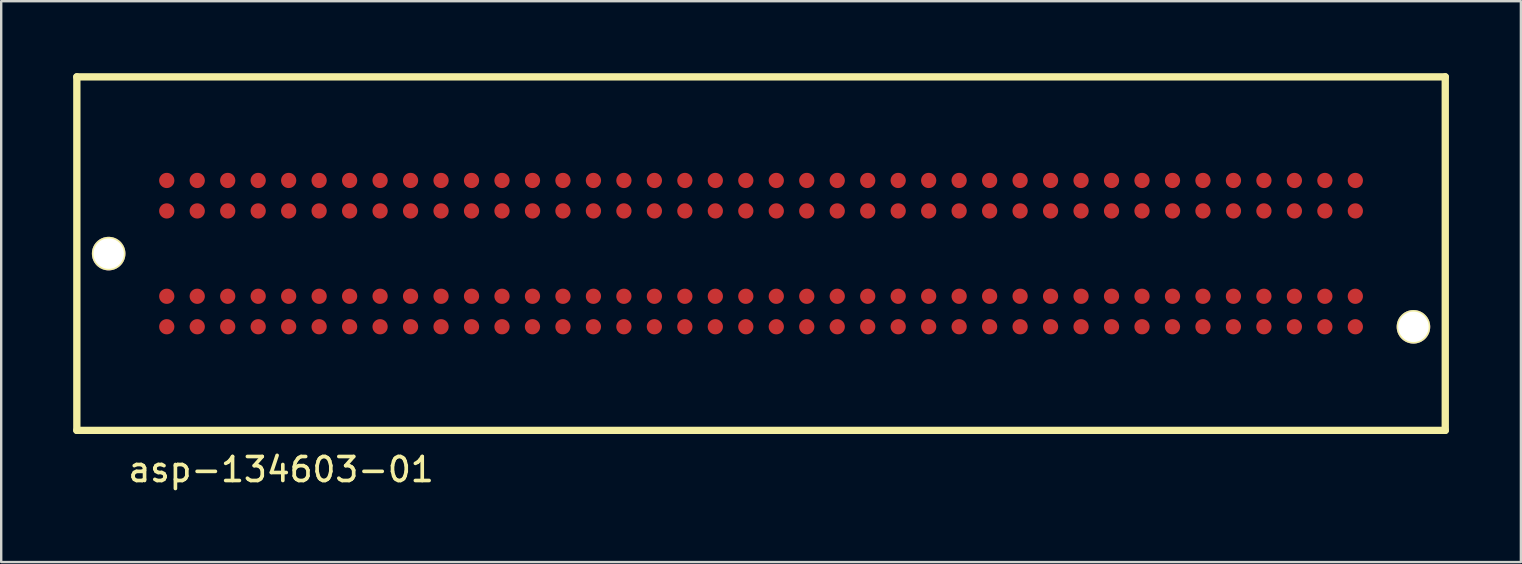
<source format=kicad_pcb>
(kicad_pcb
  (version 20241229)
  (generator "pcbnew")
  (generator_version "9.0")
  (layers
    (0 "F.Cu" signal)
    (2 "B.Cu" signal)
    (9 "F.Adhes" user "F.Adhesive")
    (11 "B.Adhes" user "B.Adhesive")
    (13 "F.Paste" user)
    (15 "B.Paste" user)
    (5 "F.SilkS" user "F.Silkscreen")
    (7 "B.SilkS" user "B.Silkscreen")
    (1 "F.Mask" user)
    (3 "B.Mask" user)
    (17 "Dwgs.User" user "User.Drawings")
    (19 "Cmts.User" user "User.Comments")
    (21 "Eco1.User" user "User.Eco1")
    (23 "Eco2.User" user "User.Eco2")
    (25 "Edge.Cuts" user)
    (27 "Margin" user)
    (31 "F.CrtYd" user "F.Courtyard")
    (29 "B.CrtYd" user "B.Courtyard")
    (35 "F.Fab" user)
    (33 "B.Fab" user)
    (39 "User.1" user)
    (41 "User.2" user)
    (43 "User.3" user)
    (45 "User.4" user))
  (footprint "asp-134603-01"
    (layer "F.Cu")
    (at 28.664 7.518)
    (property "Reference" "asp-134603-01" (at -20 9 0) (layer "F.SilkS") (effects (font (size 1 1) (thickness 0.152))))
    (attr through_hole)
    (fp_line (start -28.512 -7.366) (end -28.512 7.366) (stroke (width 0.305) (type solid)) (layer "F.SilkS"))
    (fp_line (start -28.512 7.366) (end 28.512 7.366) (stroke (width 0.305) (type solid)) (layer "F.SilkS"))
    (fp_line (start 28.512 -7.366) (end -28.512 -7.366) (stroke (width 0.305) (type solid)) (layer "F.SilkS"))
    (fp_line (start 28.512 7.366) (end 28.512 -7.366) (stroke (width 0.305) (type solid)) (layer "F.SilkS"))
    (pad "" thru_hole circle (at -27.186 0) (size 1.397 1.397) (drill 1.27) (layers "*.Cu" "*.Mask" "F.SilkS"))
    (pad "" thru_hole circle (at 27.186 3.051) (size 1.397 1.397) (drill 1.27) (layers "*.Cu" "*.Mask" "F.SilkS"))
    (pad "1" smd circle (at 24.765 3.048) (size 0.635 0.635) (layers "F.Cu" "F.Mask" "F.Paste"))
    (pad "2" smd circle (at 23.495 3.048) (size 0.635 0.635) (layers "F.Cu" "F.Mask" "F.Paste"))
    (pad "3" smd circle (at 22.225 3.048) (size 0.635 0.635) (layers "F.Cu" "F.Mask" "F.Paste"))
    (pad "4" smd circle (at 20.955 3.048) (size 0.635 0.635) (layers "F.Cu" "F.Mask" "F.Paste"))
    (pad "5" smd circle (at 19.685 3.048) (size 0.635 0.635) (layers "F.Cu" "F.Mask" "F.Paste"))
    (pad "6" smd circle (at 18.415 3.048) (size 0.635 0.635) (layers "F.Cu" "F.Mask" "F.Paste"))
    (pad "7" smd circle (at 17.145 3.048) (size 0.635 0.635) (layers "F.Cu" "F.Mask" "F.Paste"))
    (pad "8" smd circle (at 15.875 3.048) (size 0.635 0.635) (layers "F.Cu" "F.Mask" "F.Paste"))
    (pad "9" smd circle (at 14.605 3.048) (size 0.635 0.635) (layers "F.Cu" "F.Mask" "F.Paste"))
    (pad "10" smd circle (at 13.335 3.048) (size 0.635 0.635) (layers "F.Cu" "F.Mask" "F.Paste"))
    (pad "11" smd circle (at 12.065 3.048) (size 0.635 0.635) (layers "F.Cu" "F.Mask" "F.Paste"))
    (pad "12" smd circle (at 10.795 3.048) (size 0.635 0.635) (layers "F.Cu" "F.Mask" "F.Paste"))
    (pad "13" smd circle (at 9.525 3.048) (size 0.635 0.635) (layers "F.Cu" "F.Mask" "F.Paste"))
    (pad "14" smd circle (at 8.255 3.048) (size 0.635 0.635) (layers "F.Cu" "F.Mask" "F.Paste"))
    (pad "15" smd circle (at 6.985 3.048) (size 0.635 0.635) (layers "F.Cu" "F.Mask" "F.Paste"))
    (pad "16" smd circle (at 5.715 3.048) (size 0.635 0.635) (layers "F.Cu" "F.Mask" "F.Paste"))
    (pad "17" smd circle (at 4.445 3.048) (size 0.635 0.635) (layers "F.Cu" "F.Mask" "F.Paste"))
    (pad "18" smd circle (at 3.175 3.048) (size 0.635 0.635) (layers "F.Cu" "F.Mask" "F.Paste"))
    (pad "19" smd circle (at 1.905 3.048) (size 0.635 0.635) (layers "F.Cu" "F.Mask" "F.Paste"))
    (pad "20" smd circle (at 0.635 3.048) (size 0.635 0.635) (layers "F.Cu" "F.Mask" "F.Paste"))
    (pad "21" smd circle (at -0.635 3.048) (size 0.635 0.635) (layers "F.Cu" "F.Mask" "F.Paste"))
    (pad "22" smd circle (at -1.905 3.048) (size 0.635 0.635) (layers "F.Cu" "F.Mask" "F.Paste"))
    (pad "23" smd circle (at -3.175 3.048) (size 0.635 0.635) (layers "F.Cu" "F.Mask" "F.Paste"))
    (pad "24" smd circle (at -4.445 3.048) (size 0.635 0.635) (layers "F.Cu" "F.Mask" "F.Paste"))
    (pad "25" smd circle (at -5.715 3.048) (size 0.635 0.635) (layers "F.Cu" "F.Mask" "F.Paste"))
    (pad "26" smd circle (at -6.985 3.048) (size 0.635 0.635) (layers "F.Cu" "F.Mask" "F.Paste"))
    (pad "27" smd circle (at -8.255 3.048) (size 0.635 0.635) (layers "F.Cu" "F.Mask" "F.Paste"))
    (pad "28" smd circle (at -9.525 3.048) (size 0.635 0.635) (layers "F.Cu" "F.Mask" "F.Paste"))
    (pad "29" smd circle (at -10.795 3.048) (size 0.635 0.635) (layers "F.Cu" "F.Mask" "F.Paste"))
    (pad "30" smd circle (at -12.065 3.048) (size 0.635 0.635) (layers "F.Cu" "F.Mask" "F.Paste"))
    (pad "31" smd circle (at -13.335 3.048) (size 0.635 0.635) (layers "F.Cu" "F.Mask" "F.Paste"))
    (pad "32" smd circle (at -14.605 3.048) (size 0.635 0.635) (layers "F.Cu" "F.Mask" "F.Paste"))
    (pad "33" smd circle (at -15.875 3.048) (size 0.635 0.635) (layers "F.Cu" "F.Mask" "F.Paste"))
    (pad "34" smd circle (at -17.145 3.048) (size 0.635 0.635) (layers "F.Cu" "F.Mask" "F.Paste"))
    (pad "35" smd circle (at -18.415 3.048) (size 0.635 0.635) (layers "F.Cu" "F.Mask" "F.Paste"))
    (pad "36" smd circle (at -19.685 3.048) (size 0.635 0.635) (layers "F.Cu" "F.Mask" "F.Paste"))
    (pad "37" smd circle (at -20.955 3.048) (size 0.635 0.635) (layers "F.Cu" "F.Mask" "F.Paste"))
    (pad "38" smd circle (at -22.225 3.048) (size 0.635 0.635) (layers "F.Cu" "F.Mask" "F.Paste"))
    (pad "39" smd circle (at -23.495 3.048) (size 0.635 0.635) (layers "F.Cu" "F.Mask" "F.Paste"))
    (pad "40" smd circle (at -24.765 3.048) (size 0.635 0.635) (layers "F.Cu" "F.Mask" "F.Paste"))
    (pad "41" smd circle (at 24.765 1.778) (size 0.635 0.635) (layers "F.Cu" "F.Mask" "F.Paste"))
    (pad "42" smd circle (at 23.495 1.778) (size 0.635 0.635) (layers "F.Cu" "F.Mask" "F.Paste"))
    (pad "43" smd circle (at 22.225 1.778) (size 0.635 0.635) (layers "F.Cu" "F.Mask" "F.Paste"))
    (pad "44" smd circle (at 20.955 1.778) (size 0.635 0.635) (layers "F.Cu" "F.Mask" "F.Paste"))
    (pad "45" smd circle (at 19.685 1.778) (size 0.635 0.635) (layers "F.Cu" "F.Mask" "F.Paste"))
    (pad "46" smd circle (at 18.415 1.778) (size 0.635 0.635) (layers "F.Cu" "F.Mask" "F.Paste"))
    (pad "47" smd circle (at 17.145 1.778) (size 0.635 0.635) (layers "F.Cu" "F.Mask" "F.Paste"))
    (pad "48" smd circle (at 15.875 1.778) (size 0.635 0.635) (layers "F.Cu" "F.Mask" "F.Paste"))
    (pad "49" smd circle (at 14.605 1.778) (size 0.635 0.635) (layers "F.Cu" "F.Mask" "F.Paste"))
    (pad "50" smd circle (at 13.335 1.778) (size 0.635 0.635) (layers "F.Cu" "F.Mask" "F.Paste"))
    (pad "51" smd circle (at 12.065 1.778) (size 0.635 0.635) (layers "F.Cu" "F.Mask" "F.Paste"))
    (pad "52" smd circle (at 10.795 1.778) (size 0.635 0.635) (layers "F.Cu" "F.Mask" "F.Paste"))
    (pad "53" smd circle (at 9.525 1.778) (size 0.635 0.635) (layers "F.Cu" "F.Mask" "F.Paste"))
    (pad "54" smd circle (at 8.255 1.778) (size 0.635 0.635) (layers "F.Cu" "F.Mask" "F.Paste"))
    (pad "55" smd circle (at 6.985 1.778) (size 0.635 0.635) (layers "F.Cu" "F.Mask" "F.Paste"))
    (pad "56" smd circle (at 5.715 1.778) (size 0.635 0.635) (layers "F.Cu" "F.Mask" "F.Paste"))
    (pad "57" smd circle (at 4.445 1.778) (size 0.635 0.635) (layers "F.Cu" "F.Mask" "F.Paste"))
    (pad "58" smd circle (at 3.175 1.778) (size 0.635 0.635) (layers "F.Cu" "F.Mask" "F.Paste"))
    (pad "59" smd circle (at 1.905 1.778) (size 0.635 0.635) (layers "F.Cu" "F.Mask" "F.Paste"))
    (pad "60" smd circle (at 0.635 1.778) (size 0.635 0.635) (layers "F.Cu" "F.Mask" "F.Paste"))
    (pad "61" smd circle (at -0.635 1.778) (size 0.635 0.635) (layers "F.Cu" "F.Mask" "F.Paste"))
    (pad "62" smd circle (at -1.905 1.778) (size 0.635 0.635) (layers "F.Cu" "F.Mask" "F.Paste"))
    (pad "63" smd circle (at -3.175 1.778) (size 0.635 0.635) (layers "F.Cu" "F.Mask" "F.Paste"))
    (pad "64" smd circle (at -4.445 1.778) (size 0.635 0.635) (layers "F.Cu" "F.Mask" "F.Paste"))
    (pad "65" smd circle (at -5.715 1.778) (size 0.635 0.635) (layers "F.Cu" "F.Mask" "F.Paste"))
    (pad "66" smd circle (at -6.985 1.778) (size 0.635 0.635) (layers "F.Cu" "F.Mask" "F.Paste"))
    (pad "67" smd circle (at -8.255 1.778) (size 0.635 0.635) (layers "F.Cu" "F.Mask" "F.Paste"))
    (pad "68" smd circle (at -9.525 1.778) (size 0.635 0.635) (layers "F.Cu" "F.Mask" "F.Paste"))
    (pad "69" smd circle (at -10.795 1.778) (size 0.635 0.635) (layers "F.Cu" "F.Mask" "F.Paste"))
    (pad "70" smd circle (at -12.065 1.778) (size 0.635 0.635) (layers "F.Cu" "F.Mask" "F.Paste"))
    (pad "71" smd circle (at -13.335 1.778) (size 0.635 0.635) (layers "F.Cu" "F.Mask" "F.Paste"))
    (pad "72" smd circle (at -14.605 1.778) (size 0.635 0.635) (layers "F.Cu" "F.Mask" "F.Paste"))
    (pad "73" smd circle (at -15.875 1.778) (size 0.635 0.635) (layers "F.Cu" "F.Mask" "F.Paste"))
    (pad "74" smd circle (at -17.145 1.778) (size 0.635 0.635) (layers "F.Cu" "F.Mask" "F.Paste"))
    (pad "75" smd circle (at -18.415 1.778) (size 0.635 0.635) (layers "F.Cu" "F.Mask" "F.Paste"))
    (pad "76" smd circle (at -19.685 1.778) (size 0.635 0.635) (layers "F.Cu" "F.Mask" "F.Paste"))
    (pad "77" smd circle (at -20.955 1.778) (size 0.635 0.635) (layers "F.Cu" "F.Mask" "F.Paste"))
    (pad "78" smd circle (at -22.225 1.778) (size 0.635 0.635) (layers "F.Cu" "F.Mask" "F.Paste"))
    (pad "79" smd circle (at -23.495 1.778) (size 0.635 0.635) (layers "F.Cu" "F.Mask" "F.Paste"))
    (pad "80" smd circle (at -24.765 1.778) (size 0.635 0.635) (layers "F.Cu" "F.Mask" "F.Paste"))
    (pad "81" smd circle (at 24.765 -1.778) (size 0.635 0.635) (layers "F.Cu" "F.Mask" "F.Paste"))
    (pad "82" smd circle (at 23.495 -1.778) (size 0.635 0.635) (layers "F.Cu" "F.Mask" "F.Paste"))
    (pad "83" smd circle (at 22.225 -1.778) (size 0.635 0.635) (layers "F.Cu" "F.Mask" "F.Paste"))
    (pad "84" smd circle (at 20.955 -1.778) (size 0.635 0.635) (layers "F.Cu" "F.Mask" "F.Paste"))
    (pad "85" smd circle (at 19.685 -1.778) (size 0.635 0.635) (layers "F.Cu" "F.Mask" "F.Paste"))
    (pad "86" smd circle (at 18.415 -1.778) (size 0.635 0.635) (layers "F.Cu" "F.Mask" "F.Paste"))
    (pad "87" smd circle (at 17.145 -1.778) (size 0.635 0.635) (layers "F.Cu" "F.Mask" "F.Paste"))
    (pad "88" smd circle (at 15.875 -1.778) (size 0.635 0.635) (layers "F.Cu" "F.Mask" "F.Paste"))
    (pad "89" smd circle (at 14.605 -1.778) (size 0.635 0.635) (layers "F.Cu" "F.Mask" "F.Paste"))
    (pad "90" smd circle (at 13.335 -1.778) (size 0.635 0.635) (layers "F.Cu" "F.Mask" "F.Paste"))
    (pad "91" smd circle (at 12.065 -1.778) (size 0.635 0.635) (layers "F.Cu" "F.Mask" "F.Paste"))
    (pad "92" smd circle (at 10.795 -1.778) (size 0.635 0.635) (layers "F.Cu" "F.Mask" "F.Paste"))
    (pad "93" smd circle (at 9.525 -1.778) (size 0.635 0.635) (layers "F.Cu" "F.Mask" "F.Paste"))
    (pad "94" smd circle (at 8.255 -1.778) (size 0.635 0.635) (layers "F.Cu" "F.Mask" "F.Paste"))
    (pad "95" smd circle (at 6.985 -1.778) (size 0.635 0.635) (layers "F.Cu" "F.Mask" "F.Paste"))
    (pad "96" smd circle (at 5.715 -1.778) (size 0.635 0.635) (layers "F.Cu" "F.Mask" "F.Paste"))
    (pad "97" smd circle (at 4.445 -1.778) (size 0.635 0.635) (layers "F.Cu" "F.Mask" "F.Paste"))
    (pad "98" smd circle (at 3.175 -1.778) (size 0.635 0.635) (layers "F.Cu" "F.Mask" "F.Paste"))
    (pad "99" smd circle (at 1.905 -1.778) (size 0.635 0.635) (layers "F.Cu" "F.Mask" "F.Paste"))
    (pad "100" smd circle (at 0.635 -1.778) (size 0.635 0.635) (layers "F.Cu" "F.Mask" "F.Paste"))
    (pad "101" smd circle (at -0.635 -1.778) (size 0.635 0.635) (layers "F.Cu" "F.Mask" "F.Paste"))
    (pad "102" smd circle (at -1.905 -1.778) (size 0.635 0.635) (layers "F.Cu" "F.Mask" "F.Paste"))
    (pad "103" smd circle (at -3.175 -1.778) (size 0.635 0.635) (layers "F.Cu" "F.Mask" "F.Paste"))
    (pad "104" smd circle (at -4.445 -1.778) (size 0.635 0.635) (layers "F.Cu" "F.Mask" "F.Paste"))
    (pad "105" smd circle (at -5.715 -1.778) (size 0.635 0.635) (layers "F.Cu" "F.Mask" "F.Paste"))
    (pad "106" smd circle (at -6.985 -1.778) (size 0.635 0.635) (layers "F.Cu" "F.Mask" "F.Paste"))
    (pad "107" smd circle (at -8.255 -1.778) (size 0.635 0.635) (layers "F.Cu" "F.Mask" "F.Paste"))
    (pad "108" smd circle (at -9.525 -1.778) (size 0.635 0.635) (layers "F.Cu" "F.Mask" "F.Paste"))
    (pad "109" smd circle (at -10.795 -1.778) (size 0.635 0.635) (layers "F.Cu" "F.Mask" "F.Paste"))
    (pad "110" smd circle (at -12.065 -1.778) (size 0.635 0.635) (layers "F.Cu" "F.Mask" "F.Paste"))
    (pad "111" smd circle (at -13.335 -1.778) (size 0.635 0.635) (layers "F.Cu" "F.Mask" "F.Paste"))
    (pad "112" smd circle (at -14.605 -1.778) (size 0.635 0.635) (layers "F.Cu" "F.Mask" "F.Paste"))
    (pad "113" smd circle (at -15.875 -1.778) (size 0.635 0.635) (layers "F.Cu" "F.Mask" "F.Paste"))
    (pad "114" smd circle (at -17.145 -1.778) (size 0.635 0.635) (layers "F.Cu" "F.Mask" "F.Paste"))
    (pad "115" smd circle (at -18.415 -1.778) (size 0.635 0.635) (layers "F.Cu" "F.Mask" "F.Paste"))
    (pad "116" smd circle (at -19.685 -1.778) (size 0.635 0.635) (layers "F.Cu" "F.Mask" "F.Paste"))
    (pad "117" smd circle (at -20.955 -1.778) (size 0.635 0.635) (layers "F.Cu" "F.Mask" "F.Paste"))
    (pad "118" smd circle (at -22.225 -1.778) (size 0.635 0.635) (layers "F.Cu" "F.Mask" "F.Paste"))
    (pad "119" smd circle (at -23.495 -1.778) (size 0.635 0.635) (layers "F.Cu" "F.Mask" "F.Paste"))
    (pad "120" smd circle (at -24.765 -1.778) (size 0.635 0.635) (layers "F.Cu" "F.Mask" "F.Paste"))
    (pad "121" smd circle (at 24.765 -3.048) (size 0.635 0.635) (layers "F.Cu" "F.Mask" "F.Paste"))
    (pad "122" smd circle (at 23.495 -3.048) (size 0.635 0.635) (layers "F.Cu" "F.Mask" "F.Paste"))
    (pad "123" smd circle (at 22.225 -3.048) (size 0.635 0.635) (layers "F.Cu" "F.Mask" "F.Paste"))
    (pad "124" smd circle (at 20.955 -3.048) (size 0.635 0.635) (layers "F.Cu" "F.Mask" "F.Paste"))
    (pad "125" smd circle (at 19.685 -3.048) (size 0.635 0.635) (layers "F.Cu" "F.Mask" "F.Paste"))
    (pad "126" smd circle (at 18.415 -3.048) (size 0.635 0.635) (layers "F.Cu" "F.Mask" "F.Paste"))
    (pad "127" smd circle (at 17.145 -3.048) (size 0.635 0.635) (layers "F.Cu" "F.Mask" "F.Paste"))
    (pad "128" smd circle (at 15.875 -3.048) (size 0.635 0.635) (layers "F.Cu" "F.Mask" "F.Paste"))
    (pad "129" smd circle (at 14.605 -3.048) (size 0.635 0.635) (layers "F.Cu" "F.Mask" "F.Paste"))
    (pad "130" smd circle (at 13.335 -3.048) (size 0.635 0.635) (layers "F.Cu" "F.Mask" "F.Paste"))
    (pad "131" smd circle (at 12.065 -3.048) (size 0.635 0.635) (layers "F.Cu" "F.Mask" "F.Paste"))
    (pad "132" smd circle (at 10.795 -3.048) (size 0.635 0.635) (layers "F.Cu" "F.Mask" "F.Paste"))
    (pad "133" smd circle (at 9.525 -3.048) (size 0.635 0.635) (layers "F.Cu" "F.Mask" "F.Paste"))
    (pad "134" smd circle (at 8.255 -3.048) (size 0.635 0.635) (layers "F.Cu" "F.Mask" "F.Paste"))
    (pad "135" smd circle (at 6.985 -3.048) (size 0.635 0.635) (layers "F.Cu" "F.Mask" "F.Paste"))
    (pad "136" smd circle (at 5.715 -3.048) (size 0.635 0.635) (layers "F.Cu" "F.Mask" "F.Paste"))
    (pad "137" smd circle (at 4.445 -3.048) (size 0.635 0.635) (layers "F.Cu" "F.Mask" "F.Paste"))
    (pad "138" smd circle (at 3.175 -3.048) (size 0.635 0.635) (layers "F.Cu" "F.Mask" "F.Paste"))
    (pad "139" smd circle (at 1.905 -3.048) (size 0.635 0.635) (layers "F.Cu" "F.Mask" "F.Paste"))
    (pad "140" smd circle (at 0.635 -3.048) (size 0.635 0.635) (layers "F.Cu" "F.Mask" "F.Paste"))
    (pad "141" smd circle (at -0.635 -3.048) (size 0.635 0.635) (layers "F.Cu" "F.Mask" "F.Paste"))
    (pad "142" smd circle (at -1.905 -3.048) (size 0.635 0.635) (layers "F.Cu" "F.Mask" "F.Paste"))
    (pad "143" smd circle (at -3.175 -3.048) (size 0.635 0.635) (layers "F.Cu" "F.Mask" "F.Paste"))
    (pad "144" smd circle (at -4.445 -3.048) (size 0.635 0.635) (layers "F.Cu" "F.Mask" "F.Paste"))
    (pad "145" smd circle (at -5.715 -3.048) (size 0.635 0.635) (layers "F.Cu" "F.Mask" "F.Paste"))
    (pad "146" smd circle (at -6.985 -3.048) (size 0.635 0.635) (layers "F.Cu" "F.Mask" "F.Paste"))
    (pad "147" smd circle (at -8.255 -3.048) (size 0.635 0.635) (layers "F.Cu" "F.Mask" "F.Paste"))
    (pad "148" smd circle (at -9.525 -3.048) (size 0.635 0.635) (layers "F.Cu" "F.Mask" "F.Paste"))
    (pad "149" smd circle (at -10.795 -3.048) (size 0.635 0.635) (layers "F.Cu" "F.Mask" "F.Paste"))
    (pad "150" smd circle (at -12.065 -3.048) (size 0.635 0.635) (layers "F.Cu" "F.Mask" "F.Paste"))
    (pad "151" smd circle (at -13.335 -3.048) (size 0.635 0.635) (layers "F.Cu" "F.Mask" "F.Paste"))
    (pad "152" smd circle (at -14.605 -3.048) (size 0.635 0.635) (layers "F.Cu" "F.Mask" "F.Paste"))
    (pad "153" smd circle (at -15.875 -3.048) (size 0.635 0.635) (layers "F.Cu" "F.Mask" "F.Paste"))
    (pad "154" smd circle (at -17.145 -3.048) (size 0.635 0.635) (layers "F.Cu" "F.Mask" "F.Paste"))
    (pad "155" smd circle (at -18.415 -3.048) (size 0.635 0.635) (layers "F.Cu" "F.Mask" "F.Paste"))
    (pad "156" smd circle (at -19.685 -3.048) (size 0.635 0.635) (layers "F.Cu" "F.Mask" "F.Paste"))
    (pad "157" smd circle (at -20.955 -3.048) (size 0.635 0.635) (layers "F.Cu" "F.Mask" "F.Paste"))
    (pad "158" smd circle (at -22.225 -3.048) (size 0.635 0.635) (layers "F.Cu" "F.Mask" "F.Paste"))
    (pad "159" smd circle (at -23.495 -3.048) (size 0.635 0.635) (layers "F.Cu" "F.Mask" "F.Paste"))
    (pad "160" smd circle (at -24.765 -3.048) (size 0.635 0.635) (layers "F.Cu" "F.Mask" "F.Paste")))
  (gr_rect
    (start -3 -3)
    (end 60.328 20.371)
    (stroke (width 0.1) (type default))
    (fill no)
    (layer "Edge.Cuts")))
</source>
